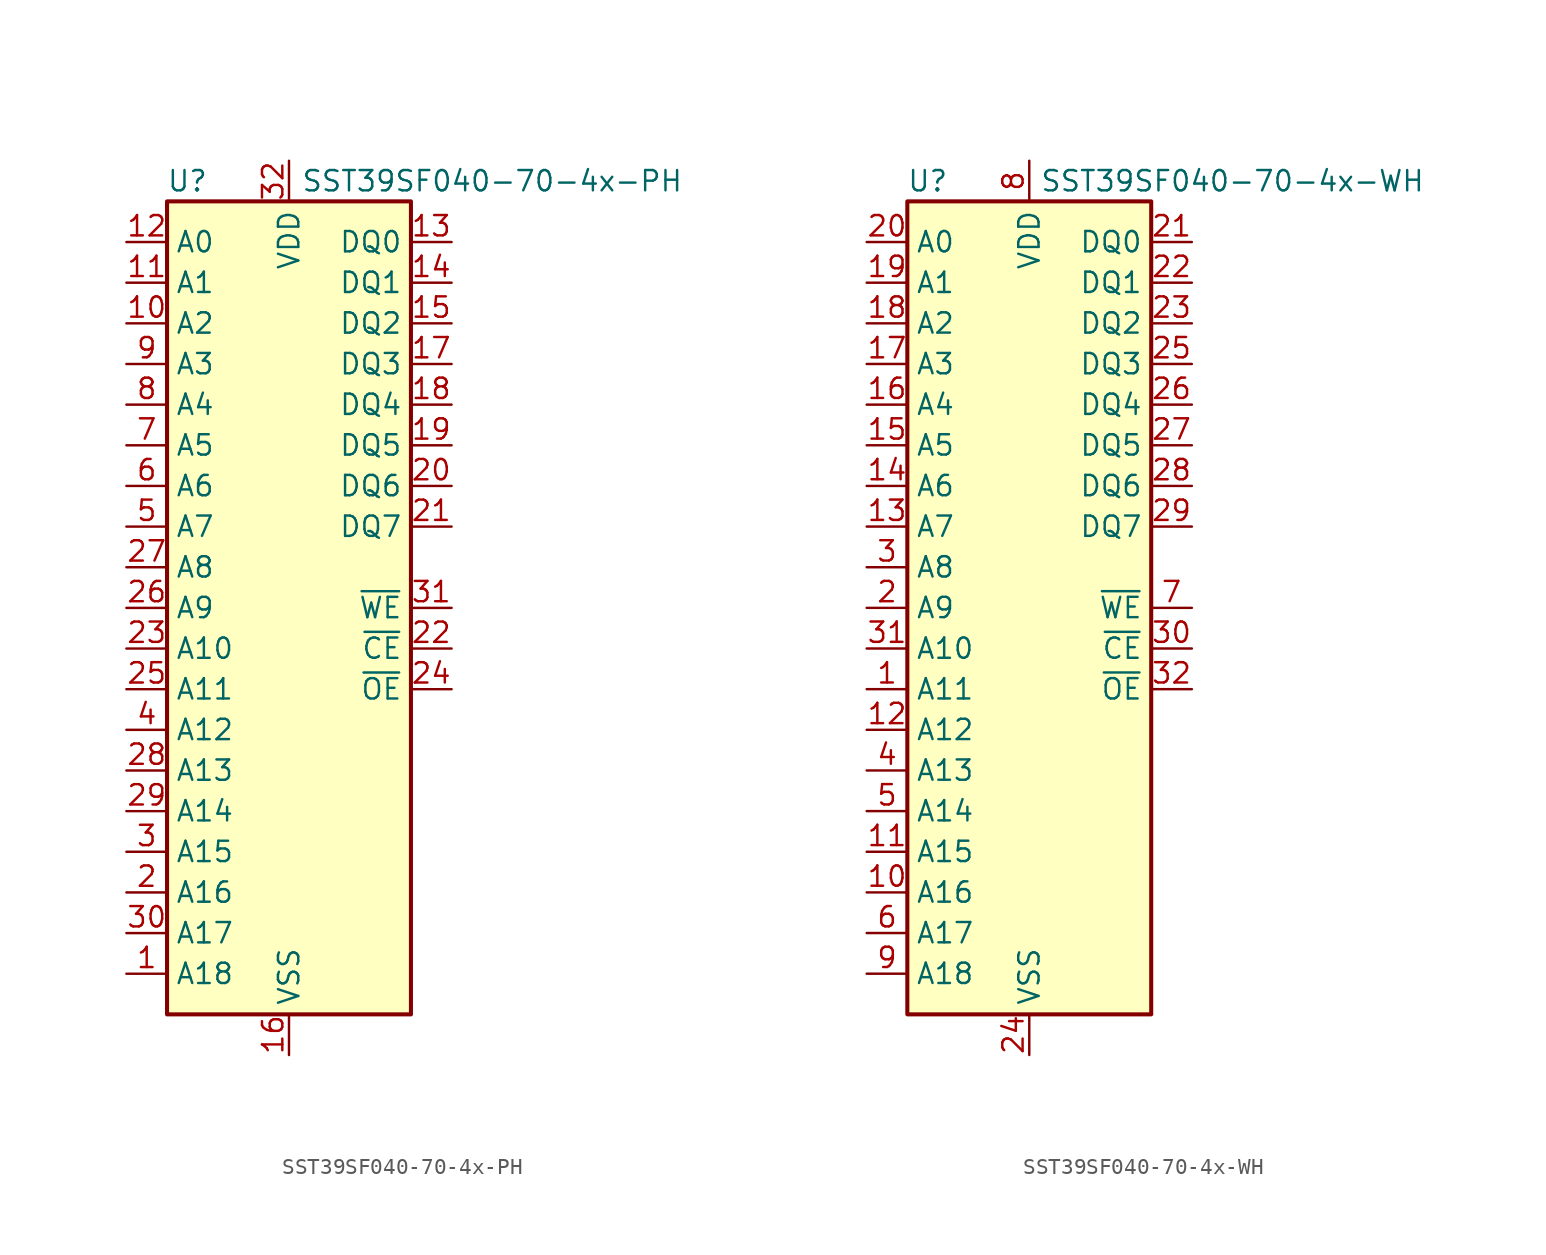
<source format=kicad_sym>
(kicad_symbol_lib
  (version 20241209)
  (generator "kicad_symbol_editor")
  (generator_version "9.0")
  (symbol "SST39SF040-70-4x-PH"
    (property "Reference" "U"
      (at -6.35 26.67 0)
      (effects (font (size 1.27 1.27))))
    (property "Value" "SST39SF040-70-4x-PH"
      (at 12.7 26.67 0)
      (effects (font (size 1.27 1.27))))
    (symbol "SST39SF040-70-4x-PH_0_1"
      (rectangle (start -7.62 25.4) (end 7.62 -25.4) (stroke (width 0.254) (type default)) (fill (type background))))
    (symbol "SST39SF040-70-4x-PH_1_1"
      (pin input line (at -10.16 22.86 0) (length 2.54) (name "A0" (effects (font (size 1.27 1.27)))) (number "12" (effects (font (size 1.27 1.27)))))
      (pin input line (at -10.16 20.32 0) (length 2.54) (name "A1" (effects (font (size 1.27 1.27)))) (number "11" (effects (font (size 1.27 1.27)))))
      (pin input line (at -10.16 17.78 0) (length 2.54) (name "A2" (effects (font (size 1.27 1.27)))) (number "10" (effects (font (size 1.27 1.27)))))
      (pin input line (at -10.16 15.24 0) (length 2.54) (name "A3" (effects (font (size 1.27 1.27)))) (number "9" (effects (font (size 1.27 1.27)))))
      (pin input line (at -10.16 12.7 0) (length 2.54) (name "A4" (effects (font (size 1.27 1.27)))) (number "8" (effects (font (size 1.27 1.27)))))
      (pin input line (at -10.16 10.16 0) (length 2.54) (name "A5" (effects (font (size 1.27 1.27)))) (number "7" (effects (font (size 1.27 1.27)))))
      (pin input line (at -10.16 7.62 0) (length 2.54) (name "A6" (effects (font (size 1.27 1.27)))) (number "6" (effects (font (size 1.27 1.27)))))
      (pin input line (at -10.16 5.08 0) (length 2.54) (name "A7" (effects (font (size 1.27 1.27)))) (number "5" (effects (font (size 1.27 1.27)))))
      (pin input line (at -10.16 2.54 0) (length 2.54) (name "A8" (effects (font (size 1.27 1.27)))) (number "27" (effects (font (size 1.27 1.27)))))
      (pin input line (at -10.16 0 0) (length 2.54) (name "A9" (effects (font (size 1.27 1.27)))) (number "26" (effects (font (size 1.27 1.27)))))
      (pin input line (at -10.16 -2.54 0) (length 2.54) (name "A10" (effects (font (size 1.27 1.27)))) (number "23" (effects (font (size 1.27 1.27)))))
      (pin input line (at -10.16 -5.08 0) (length 2.54) (name "A11" (effects (font (size 1.27 1.27)))) (number "25" (effects (font (size 1.27 1.27)))))
      (pin input line (at -10.16 -7.62 0) (length 2.54) (name "A12" (effects (font (size 1.27 1.27)))) (number "4" (effects (font (size 1.27 1.27)))))
      (pin input line (at -10.16 -10.16 0) (length 2.54) (name "A13" (effects (font (size 1.27 1.27)))) (number "28" (effects (font (size 1.27 1.27)))))
      (pin input line (at -10.16 -12.7 0) (length 2.54) (name "A14" (effects (font (size 1.27 1.27)))) (number "29" (effects (font (size 1.27 1.27)))))
      (pin input line (at -10.16 -15.24 0) (length 2.54) (name "A15" (effects (font (size 1.27 1.27)))) (number "3" (effects (font (size 1.27 1.27)))))
      (pin input line (at -10.16 -17.78 0) (length 2.54) (name "A16" (effects (font (size 1.27 1.27)))) (number "2" (effects (font (size 1.27 1.27)))))
      (pin input line (at -10.16 -20.32 0) (length 2.54) (name "A17" (effects (font (size 1.27 1.27)))) (number "30" (effects (font (size 1.27 1.27)))))
      (pin input line (at -10.16 -22.86 0) (length 2.54) (name "A18" (effects (font (size 1.27 1.27)))) (number "1" (effects (font (size 1.27 1.27)))))
      (pin power_in line (at 0 27.94 270) (length 2.54) (name "VDD" (effects (font (size 1.27 1.27)))) (number "32" (effects (font (size 1.27 1.27)))))
      (pin power_in line (at 0 -27.94 90) (length 2.54) (name "VSS" (effects (font (size 1.27 1.27)))) (number "16" (effects (font (size 1.27 1.27)))))
      (pin bidirectional line (at 10.16 22.86 180) (length 2.54) (name "DQ0" (effects (font (size 1.27 1.27)))) (number "13" (effects (font (size 1.27 1.27)))))
      (pin bidirectional line (at 10.16 20.32 180) (length 2.54) (name "DQ1" (effects (font (size 1.27 1.27)))) (number "14" (effects (font (size 1.27 1.27)))))
      (pin bidirectional line (at 10.16 17.78 180) (length 2.54) (name "DQ2" (effects (font (size 1.27 1.27)))) (number "15" (effects (font (size 1.27 1.27)))))
      (pin bidirectional line (at 10.16 15.24 180) (length 2.54) (name "DQ3" (effects (font (size 1.27 1.27)))) (number "17" (effects (font (size 1.27 1.27)))))
      (pin bidirectional line (at 10.16 12.7 180) (length 2.54) (name "DQ4" (effects (font (size 1.27 1.27)))) (number "18" (effects (font (size 1.27 1.27)))))
      (pin bidirectional line (at 10.16 10.16 180) (length 2.54) (name "DQ5" (effects (font (size 1.27 1.27)))) (number "19" (effects (font (size 1.27 1.27)))))
      (pin bidirectional line (at 10.16 7.62 180) (length 2.54) (name "DQ6" (effects (font (size 1.27 1.27)))) (number "20" (effects (font (size 1.27 1.27)))))
      (pin bidirectional line (at 10.16 5.08 180) (length 2.54) (name "DQ7" (effects (font (size 1.27 1.27)))) (number "21" (effects (font (size 1.27 1.27)))))
      (pin input line (at 10.16 0 180) (length 2.54) (name "~{WE}" (effects (font (size 1.27 1.27)))) (number "31" (effects (font (size 1.27 1.27)))))
      (pin input line (at 10.16 -2.54 180) (length 2.54) (name "~{CE}" (effects (font (size 1.27 1.27)))) (number "22" (effects (font (size 1.27 1.27)))))
      (pin input line (at 10.16 -5.08 180) (length 2.54) (name "~{OE}" (effects (font (size 1.27 1.27)))) (number "24" (effects (font (size 1.27 1.27)))))))
  (symbol "SST39SF040-70-4x-WH"
    (property "Reference" "U"
      (at -6.35 26.67 0)
      (effects (font (size 1.27 1.27))))
    (property "Value" "SST39SF040-70-4x-WH"
      (at 12.7 26.67 0)
      (effects (font (size 1.27 1.27))))
    (symbol "SST39SF040-70-4x-WH_0_1"
      (rectangle (start -7.62 25.4) (end 7.62 -25.4) (stroke (width 0.254) (type default)) (fill (type background))))
    (symbol "SST39SF040-70-4x-WH_1_1"
      (pin input line (at -10.16 22.86 0) (length 2.54) (name "A0" (effects (font (size 1.27 1.27)))) (number "20" (effects (font (size 1.27 1.27)))))
      (pin input line (at -10.16 20.32 0) (length 2.54) (name "A1" (effects (font (size 1.27 1.27)))) (number "19" (effects (font (size 1.27 1.27)))))
      (pin input line (at -10.16 17.78 0) (length 2.54) (name "A2" (effects (font (size 1.27 1.27)))) (number "18" (effects (font (size 1.27 1.27)))))
      (pin input line (at -10.16 15.24 0) (length 2.54) (name "A3" (effects (font (size 1.27 1.27)))) (number "17" (effects (font (size 1.27 1.27)))))
      (pin input line (at -10.16 12.7 0) (length 2.54) (name "A4" (effects (font (size 1.27 1.27)))) (number "16" (effects (font (size 1.27 1.27)))))
      (pin input line (at -10.16 10.16 0) (length 2.54) (name "A5" (effects (font (size 1.27 1.27)))) (number "15" (effects (font (size 1.27 1.27)))))
      (pin input line (at -10.16 7.62 0) (length 2.54) (name "A6" (effects (font (size 1.27 1.27)))) (number "14" (effects (font (size 1.27 1.27)))))
      (pin input line (at -10.16 5.08 0) (length 2.54) (name "A7" (effects (font (size 1.27 1.27)))) (number "13" (effects (font (size 1.27 1.27)))))
      (pin input line (at -10.16 2.54 0) (length 2.54) (name "A8" (effects (font (size 1.27 1.27)))) (number "3" (effects (font (size 1.27 1.27)))))
      (pin input line (at -10.16 0 0) (length 2.54) (name "A9" (effects (font (size 1.27 1.27)))) (number "2" (effects (font (size 1.27 1.27)))))
      (pin input line (at -10.16 -2.54 0) (length 2.54) (name "A10" (effects (font (size 1.27 1.27)))) (number "31" (effects (font (size 1.27 1.27)))))
      (pin input line (at -10.16 -5.08 0) (length 2.54) (name "A11" (effects (font (size 1.27 1.27)))) (number "1" (effects (font (size 1.27 1.27)))))
      (pin input line (at -10.16 -7.62 0) (length 2.54) (name "A12" (effects (font (size 1.27 1.27)))) (number "12" (effects (font (size 1.27 1.27)))))
      (pin input line (at -10.16 -10.16 0) (length 2.54) (name "A13" (effects (font (size 1.27 1.27)))) (number "4" (effects (font (size 1.27 1.27)))))
      (pin input line (at -10.16 -12.7 0) (length 2.54) (name "A14" (effects (font (size 1.27 1.27)))) (number "5" (effects (font (size 1.27 1.27)))))
      (pin input line (at -10.16 -15.24 0) (length 2.54) (name "A15" (effects (font (size 1.27 1.27)))) (number "11" (effects (font (size 1.27 1.27)))))
      (pin input line (at -10.16 -17.78 0) (length 2.54) (name "A16" (effects (font (size 1.27 1.27)))) (number "10" (effects (font (size 1.27 1.27)))))
      (pin input line (at -10.16 -20.32 0) (length 2.54) (name "A17" (effects (font (size 1.27 1.27)))) (number "6" (effects (font (size 1.27 1.27)))))
      (pin input line (at -10.16 -22.86 0) (length 2.54) (name "A18" (effects (font (size 1.27 1.27)))) (number "9" (effects (font (size 1.27 1.27)))))
      (pin power_in line (at 0 27.94 270) (length 2.54) (name "VDD" (effects (font (size 1.27 1.27)))) (number "8" (effects (font (size 1.27 1.27)))))
      (pin power_in line (at 0 -27.94 90) (length 2.54) (name "VSS" (effects (font (size 1.27 1.27)))) (number "24" (effects (font (size 1.27 1.27)))))
      (pin bidirectional line (at 10.16 22.86 180) (length 2.54) (name "DQ0" (effects (font (size 1.27 1.27)))) (number "21" (effects (font (size 1.27 1.27)))))
      (pin bidirectional line (at 10.16 20.32 180) (length 2.54) (name "DQ1" (effects (font (size 1.27 1.27)))) (number "22" (effects (font (size 1.27 1.27)))))
      (pin bidirectional line (at 10.16 17.78 180) (length 2.54) (name "DQ2" (effects (font (size 1.27 1.27)))) (number "23" (effects (font (size 1.27 1.27)))))
      (pin bidirectional line (at 10.16 15.24 180) (length 2.54) (name "DQ3" (effects (font (size 1.27 1.27)))) (number "25" (effects (font (size 1.27 1.27)))))
      (pin bidirectional line (at 10.16 12.7 180) (length 2.54) (name "DQ4" (effects (font (size 1.27 1.27)))) (number "26" (effects (font (size 1.27 1.27)))))
      (pin bidirectional line (at 10.16 10.16 180) (length 2.54) (name "DQ5" (effects (font (size 1.27 1.27)))) (number "27" (effects (font (size 1.27 1.27)))))
      (pin bidirectional line (at 10.16 7.62 180) (length 2.54) (name "DQ6" (effects (font (size 1.27 1.27)))) (number "28" (effects (font (size 1.27 1.27)))))
      (pin bidirectional line (at 10.16 5.08 180) (length 2.54) (name "DQ7" (effects (font (size 1.27 1.27)))) (number "29" (effects (font (size 1.27 1.27)))))
      (pin input line (at 10.16 0 180) (length 2.54) (name "~{WE}" (effects (font (size 1.27 1.27)))) (number "7" (effects (font (size 1.27 1.27)))))
      (pin input line (at 10.16 -2.54 180) (length 2.54) (name "~{CE}" (effects (font (size 1.27 1.27)))) (number "30" (effects (font (size 1.27 1.27)))))
      (pin input line (at 10.16 -5.08 180) (length 2.54) (name "~{OE}" (effects (font (size 1.27 1.27)))) (number "32" (effects (font (size 1.27 1.27))))))))
</source>
